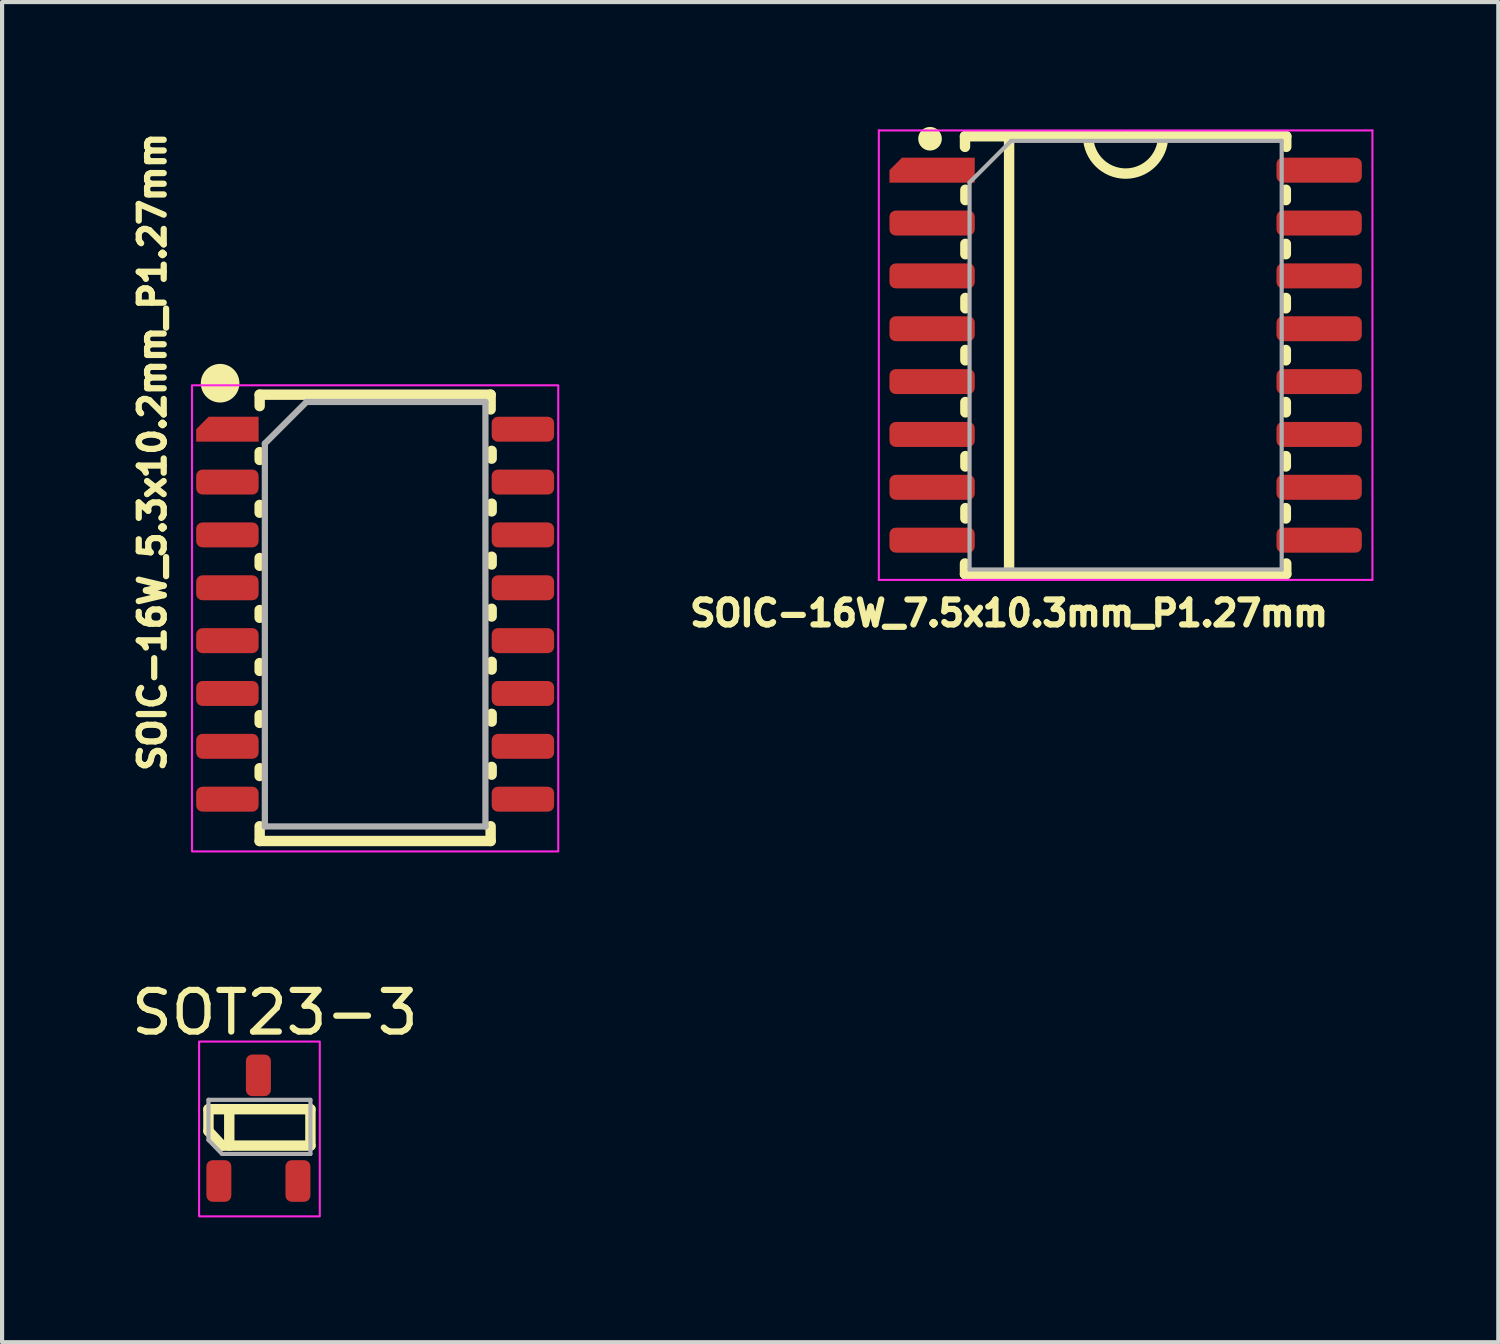
<source format=kicad_pcb>
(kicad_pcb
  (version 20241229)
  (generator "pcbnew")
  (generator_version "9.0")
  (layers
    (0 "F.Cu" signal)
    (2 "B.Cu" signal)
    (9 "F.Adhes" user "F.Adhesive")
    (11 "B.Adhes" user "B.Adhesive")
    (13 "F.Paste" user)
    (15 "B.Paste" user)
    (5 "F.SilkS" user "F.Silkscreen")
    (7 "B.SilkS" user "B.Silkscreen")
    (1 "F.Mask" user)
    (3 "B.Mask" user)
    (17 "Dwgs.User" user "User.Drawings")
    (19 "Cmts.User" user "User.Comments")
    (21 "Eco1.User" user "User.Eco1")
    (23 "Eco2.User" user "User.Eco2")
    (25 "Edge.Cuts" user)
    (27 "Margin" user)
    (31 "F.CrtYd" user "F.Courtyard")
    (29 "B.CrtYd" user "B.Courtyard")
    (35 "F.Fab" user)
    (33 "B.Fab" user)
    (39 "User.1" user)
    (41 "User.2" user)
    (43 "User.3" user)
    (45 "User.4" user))
  (footprint "SOT23-3"
    (layer "F.Cu")
    (at 3.164 24.077)
    (property "Reference" "SOT23-3" (at 0.39 -2.796 0) (unlocked yes) (layer "F.SilkS") (effects (font (size 1 1) (thickness 0.15))))
    (attr smd)
    (fp_line (start -1.205 -0.475) (end -1.205 0.05) (stroke (width 0.25) (type solid)) (layer "F.SilkS"))
    (fp_line (start -1.205 0.05) (end -0.88 0.4) (stroke (width 0.25) (type solid)) (layer "F.SilkS"))
    (fp_line (start -0.88 0.4) (end 1.245 0.4) (stroke (width 0.25) (type solid)) (layer "F.SilkS"))
    (fp_line (start -0.705 0.4) (end -0.705 -0.475) (stroke (width 0.25) (type solid)) (layer "F.SilkS"))
    (fp_line (start 1.245 -0.475) (end -1.205 -0.475) (stroke (width 0.25) (type solid)) (layer "F.SilkS"))
    (fp_line (start 1.245 0.4) (end 1.245 -0.475) (stroke (width 0.25) (type solid)) (layer "F.SilkS"))
    (fp_rect (start -1.43 2.1) (end 1.47 -2.1) (stroke (width 0.05) (type solid)) (fill no) (layer "F.CrtYd"))
    (fp_line (start -1.205 -0.7) (end 1.245 -0.7) (stroke (width 0.1) (type solid)) (layer "F.Fab"))
    (fp_line (start -1.205 0.263) (end -1.205 -0.7) (stroke (width 0.1) (type solid)) (layer "F.Fab"))
    (fp_line (start -0.88 0.6) (end -1.205 0.263) (stroke (width 0.1) (type solid)) (layer "F.Fab"))
    (fp_line (start 1.245 0.6) (end -0.88 0.6) (stroke (width 0.1) (type solid)) (layer "F.Fab"))
    (fp_line (start 1.245 0.6) (end 1.245 -0.7) (stroke (width 0.1) (type solid)) (layer "F.Fab"))
    (pad "1" smd roundrect (at -0.955 1.25 90) (size 1 0.6) (layers "F.Cu" "F.Mask" "F.Paste") (roundrect_rratio 0.25))
    (pad "2" smd roundrect (at 0.945 1.25 90) (size 1 0.6) (layers "F.Cu" "F.Mask" "F.Paste") (roundrect_rratio 0.25))
    (pad "3" smd roundrect (at -0.005 -1.288 90) (size 1 0.6) (layers "F.Cu" "F.Mask" "F.Paste") (roundrect_rratio 0.25)))
  (footprint "SOIC-16W_5.3x10.2mm_P1.27mm"
    (layer "F.Cu")
    (at 5.964 11.708)
    (property "Reference" "SOIC-16W_5.3x10.2mm_P1.27mm" (at -5.35 -3.9 270) (layer "F.SilkS") (effects (font (size 0.6 0.6) (thickness 0.15))))
    (attr smd)
    (fp_line (start -2.775 -5.275) (end -2.775 -5) (stroke (width 0.25) (type solid)) (layer "F.SilkS"))
    (fp_line (start -2.775 -5.275) (end 2.775 -5.275) (stroke (width 0.25) (type solid)) (layer "F.SilkS"))
    (fp_line (start -2.775 -3.894) (end -2.775 -3.706) (stroke (width 0.25) (type solid)) (layer "F.SilkS"))
    (fp_line (start -2.775 -2.625) (end -2.775 -2.438) (stroke (width 0.25) (type solid)) (layer "F.SilkS"))
    (fp_line (start -2.775 -1.35) (end -2.775 -1.163) (stroke (width 0.25) (type solid)) (layer "F.SilkS"))
    (fp_line (start -2.775 -0.1) (end -2.775 0.087) (stroke (width 0.25) (type solid)) (layer "F.SilkS"))
    (fp_line (start -2.775 1.175) (end -2.775 1.363) (stroke (width 0.25) (type solid)) (layer "F.SilkS"))
    (fp_line (start -2.775 2.425) (end -2.775 2.612) (stroke (width 0.25) (type solid)) (layer "F.SilkS"))
    (fp_line (start -2.775 3.7) (end -2.775 3.888) (stroke (width 0.25) (type solid)) (layer "F.SilkS"))
    (fp_line (start -2.775 5.45) (end -2.775 5.095) (stroke (width 0.25) (type solid)) (layer "F.SilkS"))
    (fp_line (start -2.775 5.45) (end 2.775 5.45) (stroke (width 0.25) (type solid)) (layer "F.SilkS"))
    (fp_line (start 2.775 -5.275) (end 2.775 -4.92) (stroke (width 0.25) (type solid)) (layer "F.SilkS"))
    (fp_line (start 2.775 5.45) (end 2.775 5.095) (stroke (width 0.25) (type solid)) (layer "F.SilkS"))
    (fp_line (start 2.8 -3.925) (end 2.8 -3.737) (stroke (width 0.25) (type solid)) (layer "F.SilkS"))
    (fp_line (start 2.8 -2.656) (end 2.8 -2.469) (stroke (width 0.25) (type solid)) (layer "F.SilkS"))
    (fp_line (start 2.8 -1.381) (end 2.8 -1.194) (stroke (width 0.25) (type solid)) (layer "F.SilkS"))
    (fp_line (start 2.8 -0.131) (end 2.8 0.056) (stroke (width 0.25) (type solid)) (layer "F.SilkS"))
    (fp_line (start 2.8 1.144) (end 2.8 1.331) (stroke (width 0.25) (type solid)) (layer "F.SilkS"))
    (fp_line (start 2.8 2.394) (end 2.8 2.581) (stroke (width 0.25) (type solid)) (layer "F.SilkS"))
    (fp_line (start 2.8 3.669) (end 2.8 3.856) (stroke (width 0.25) (type solid)) (layer "F.SilkS"))
    (fp_circle (center -3.725 -5.55) (end -3.324 -5.5) (stroke (width 0.12) (type solid)) (fill yes) (layer "F.SilkS"))
    (fp_rect (start -4.4 -5.5) (end 4.4 5.7) (stroke (width 0.05) (type solid)) (fill no) (layer "F.CrtYd"))
    (fp_line (start -2.65 -4.1) (end -1.65 -5.1) (stroke (width 0.15) (type solid)) (layer "F.Fab"))
    (fp_line (start -2.65 5.1) (end -2.65 -4.1) (stroke (width 0.15) (type solid)) (layer "F.Fab"))
    (fp_line (start -1.65 -5.1) (end 2.65 -5.1) (stroke (width 0.15) (type solid)) (layer "F.Fab"))
    (fp_line (start 2.65 -5.1) (end 2.65 5.1) (stroke (width 0.15) (type solid)) (layer "F.Fab"))
    (fp_line (start 2.65 5.1) (end -2.65 5.1) (stroke (width 0.15) (type solid)) (layer "F.Fab"))
    (pad "1" smd roundrect (at -3.55 -4.445) (size 1.5 0.6) (layers "F.Cu" "F.Mask" "F.Paste") (roundrect_rratio 0) (chamfer_ratio 0.5) (chamfer top_left))
    (pad "2" smd roundrect (at -3.55 -3.175) (size 1.5 0.6) (layers "F.Cu" "F.Mask" "F.Paste") (roundrect_rratio 0.25))
    (pad "3" smd roundrect (at -3.55 -1.905) (size 1.5 0.6) (layers "F.Cu" "F.Mask" "F.Paste") (roundrect_rratio 0.25))
    (pad "4" smd roundrect (at -3.55 -0.635) (size 1.5 0.6) (layers "F.Cu" "F.Mask" "F.Paste") (roundrect_rratio 0.25))
    (pad "5" smd roundrect (at -3.55 0.635) (size 1.5 0.6) (layers "F.Cu" "F.Mask" "F.Paste") (roundrect_rratio 0.25))
    (pad "6" smd roundrect (at -3.55 1.905) (size 1.5 0.6) (layers "F.Cu" "F.Mask" "F.Paste") (roundrect_rratio 0.25))
    (pad "7" smd roundrect (at -3.55 3.175) (size 1.5 0.6) (layers "F.Cu" "F.Mask" "F.Paste") (roundrect_rratio 0.25))
    (pad "8" smd roundrect (at -3.55 4.445) (size 1.5 0.6) (layers "F.Cu" "F.Mask" "F.Paste") (roundrect_rratio 0.25))
    (pad "9" smd roundrect (at 3.55 4.445) (size 1.5 0.6) (layers "F.Cu" "F.Mask" "F.Paste") (roundrect_rratio 0.25))
    (pad "10" smd roundrect (at 3.55 3.175) (size 1.5 0.6) (layers "F.Cu" "F.Mask" "F.Paste") (roundrect_rratio 0.25))
    (pad "11" smd roundrect (at 3.55 1.905) (size 1.5 0.6) (layers "F.Cu" "F.Mask" "F.Paste") (roundrect_rratio 0.25))
    (pad "12" smd roundrect (at 3.55 0.635) (size 1.5 0.6) (layers "F.Cu" "F.Mask" "F.Paste") (roundrect_rratio 0.25))
    (pad "13" smd roundrect (at 3.55 -0.635) (size 1.5 0.6) (layers "F.Cu" "F.Mask" "F.Paste") (roundrect_rratio 0.25))
    (pad "14" smd roundrect (at 3.55 -1.905) (size 1.5 0.6) (layers "F.Cu" "F.Mask" "F.Paste") (roundrect_rratio 0.25))
    (pad "15" smd roundrect (at 3.55 -3.175) (size 1.5 0.6) (layers "F.Cu" "F.Mask" "F.Paste") (roundrect_rratio 0.25))
    (pad "16" smd roundrect (at 3.55 -4.445) (size 1.5 0.6) (layers "F.Cu" "F.Mask" "F.Paste") (roundrect_rratio 0.25)))
  (footprint "SOIC-16W_7.5x10.3mm_P1.27mm"
    (layer "F.Cu")
    (at 23.997 5.484)
    (property "Reference" "SOIC-16W_7.5x10.3mm_P1.27mm" (at -2.8 6.2 0) (layer "F.SilkS") (effects (font (size 0.6 0.6) (thickness 0.15))))
    (attr smd)
    (fp_line (start -3.86 -5.26) (end -3.86 -5.005) (stroke (width 0.25) (type solid)) (layer "F.SilkS"))
    (fp_line (start -3.86 5.26) (end -3.86 5.005) (stroke (width 0.25) (type solid)) (layer "F.SilkS"))
    (fp_line (start -3.85 -3.975) (end -3.85 -3.725) (stroke (width 0.25) (type solid)) (layer "F.SilkS"))
    (fp_line (start -3.85 -2.675) (end -3.85 -2.425) (stroke (width 0.25) (type solid)) (layer "F.SilkS"))
    (fp_line (start -3.85 -1.375) (end -3.85 -1.125) (stroke (width 0.25) (type solid)) (layer "F.SilkS"))
    (fp_line (start -3.85 -0.125) (end -3.85 0.125) (stroke (width 0.25) (type solid)) (layer "F.SilkS"))
    (fp_line (start -3.85 1.125) (end -3.85 1.375) (stroke (width 0.25) (type solid)) (layer "F.SilkS"))
    (fp_line (start -3.85 2.425) (end -3.85 2.675) (stroke (width 0.25) (type solid)) (layer "F.SilkS"))
    (fp_line (start -3.85 3.675) (end -3.85 3.925) (stroke (width 0.25) (type solid)) (layer "F.SilkS"))
    (fp_line (start -2.8 -5.25) (end -2.8 5.2) (stroke (width 0.25) (type solid)) (layer "F.SilkS"))
    (fp_line (start 0 -5.26) (end -3.86 -5.26) (stroke (width 0.25) (type solid)) (layer "F.SilkS"))
    (fp_line (start 0 -5.26) (end 3.86 -5.26) (stroke (width 0.25) (type solid)) (layer "F.SilkS"))
    (fp_line (start 0 5.26) (end -3.86 5.26) (stroke (width 0.25) (type solid)) (layer "F.SilkS"))
    (fp_line (start 0 5.26) (end 3.86 5.26) (stroke (width 0.25) (type solid)) (layer "F.SilkS"))
    (fp_line (start 3.85 -3.975) (end 3.85 -3.725) (stroke (width 0.25) (type solid)) (layer "F.SilkS"))
    (fp_line (start 3.85 -2.675) (end 3.85 -2.425) (stroke (width 0.25) (type solid)) (layer "F.SilkS"))
    (fp_line (start 3.85 -1.375) (end 3.85 -1.125) (stroke (width 0.25) (type solid)) (layer "F.SilkS"))
    (fp_line (start 3.85 -0.125) (end 3.85 0.125) (stroke (width 0.25) (type solid)) (layer "F.SilkS"))
    (fp_line (start 3.85 1.125) (end 3.85 1.375) (stroke (width 0.25) (type solid)) (layer "F.SilkS"))
    (fp_line (start 3.85 2.425) (end 3.85 2.675) (stroke (width 0.25) (type solid)) (layer "F.SilkS"))
    (fp_line (start 3.85 3.675) (end 3.85 3.925) (stroke (width 0.25) (type solid)) (layer "F.SilkS"))
    (fp_line (start 3.86 -5.26) (end 3.86 -5.005) (stroke (width 0.25) (type solid)) (layer "F.SilkS"))
    (fp_line (start 3.86 5.26) (end 3.86 5.005) (stroke (width 0.25) (type solid)) (layer "F.SilkS"))
    (fp_arc (start 0.899993 -5.249412) (mid -0.000294 -4.359945) (end -0.899999 -5.25) (stroke (width 0.25) (type solid)) (layer "F.SilkS"))
    (fp_circle (center -4.7 -5.2) (end -4.476 -5.2) (stroke (width 0.12) (type solid)) (fill yes) (layer "F.SilkS"))
    (fp_line (start -5.93 -5.4) (end -5.93 5.4) (stroke (width 0.05) (type solid)) (layer "F.CrtYd"))
    (fp_line (start -5.93 5.4) (end 5.93 5.4) (stroke (width 0.05) (type solid)) (layer "F.CrtYd"))
    (fp_line (start 5.93 -5.4) (end -5.93 -5.4) (stroke (width 0.05) (type solid)) (layer "F.CrtYd"))
    (fp_line (start 5.93 5.4) (end 5.93 -5.4) (stroke (width 0.05) (type solid)) (layer "F.CrtYd"))
    (fp_line (start -3.75 -4.15) (end -2.75 -5.15) (stroke (width 0.1) (type solid)) (layer "F.Fab"))
    (fp_line (start -3.75 5.15) (end -3.75 -4.15) (stroke (width 0.1) (type solid)) (layer "F.Fab"))
    (fp_line (start -2.75 -5.15) (end 3.75 -5.15) (stroke (width 0.1) (type solid)) (layer "F.Fab"))
    (fp_line (start 3.75 -5.15) (end 3.75 5.15) (stroke (width 0.1) (type solid)) (layer "F.Fab"))
    (fp_line (start 3.75 5.15) (end -3.75 5.15) (stroke (width 0.1) (type solid)) (layer "F.Fab"))
    (pad "1" smd roundrect (at -4.65 -4.445) (size 2.05 0.6) (layers "F.Cu" "F.Mask" "F.Paste") (roundrect_rratio 0) (chamfer_ratio 0.5) (chamfer top_left))
    (pad "2" smd roundrect (at -4.65 -3.175) (size 2.05 0.6) (layers "F.Cu" "F.Mask" "F.Paste") (roundrect_rratio 0.25))
    (pad "3" smd roundrect (at -4.65 -1.905) (size 2.05 0.6) (layers "F.Cu" "F.Mask" "F.Paste") (roundrect_rratio 0.25))
    (pad "4" smd roundrect (at -4.65 -0.635) (size 2.05 0.6) (layers "F.Cu" "F.Mask" "F.Paste") (roundrect_rratio 0.25))
    (pad "5" smd roundrect (at -4.65 0.635) (size 2.05 0.6) (layers "F.Cu" "F.Mask" "F.Paste") (roundrect_rratio 0.25))
    (pad "6" smd roundrect (at -4.65 1.905) (size 2.05 0.6) (layers "F.Cu" "F.Mask" "F.Paste") (roundrect_rratio 0.25))
    (pad "7" smd roundrect (at -4.65 3.175) (size 2.05 0.6) (layers "F.Cu" "F.Mask" "F.Paste") (roundrect_rratio 0.25))
    (pad "8" smd roundrect (at -4.65 4.445) (size 2.05 0.6) (layers "F.Cu" "F.Mask" "F.Paste") (roundrect_rratio 0.25))
    (pad "9" smd roundrect (at 4.65 4.445) (size 2.05 0.6) (layers "F.Cu" "F.Mask" "F.Paste") (roundrect_rratio 0.25))
    (pad "10" smd roundrect (at 4.65 3.175) (size 2.05 0.6) (layers "F.Cu" "F.Mask" "F.Paste") (roundrect_rratio 0.25))
    (pad "11" smd roundrect (at 4.65 1.905) (size 2.05 0.6) (layers "F.Cu" "F.Mask" "F.Paste") (roundrect_rratio 0.25))
    (pad "12" smd roundrect (at 4.65 0.635) (size 2.05 0.6) (layers "F.Cu" "F.Mask" "F.Paste") (roundrect_rratio 0.25))
    (pad "13" smd roundrect (at 4.65 -0.635) (size 2.05 0.6) (layers "F.Cu" "F.Mask" "F.Paste") (roundrect_rratio 0.25))
    (pad "14" smd roundrect (at 4.65 -1.905) (size 2.05 0.6) (layers "F.Cu" "F.Mask" "F.Paste") (roundrect_rratio 0.25))
    (pad "15" smd roundrect (at 4.65 -3.175) (size 2.05 0.6) (layers "F.Cu" "F.Mask" "F.Paste") (roundrect_rratio 0.25))
    (pad "16" smd roundrect (at 4.65 -4.445) (size 2.05 0.6) (layers "F.Cu" "F.Mask" "F.Paste") (roundrect_rratio 0.25)))
  (gr_rect
    (start -3 -3)
    (end 32.952 29.202)
    (stroke (width 0.1) (type default))
    (fill no)
    (layer "Edge.Cuts")))
</source>
